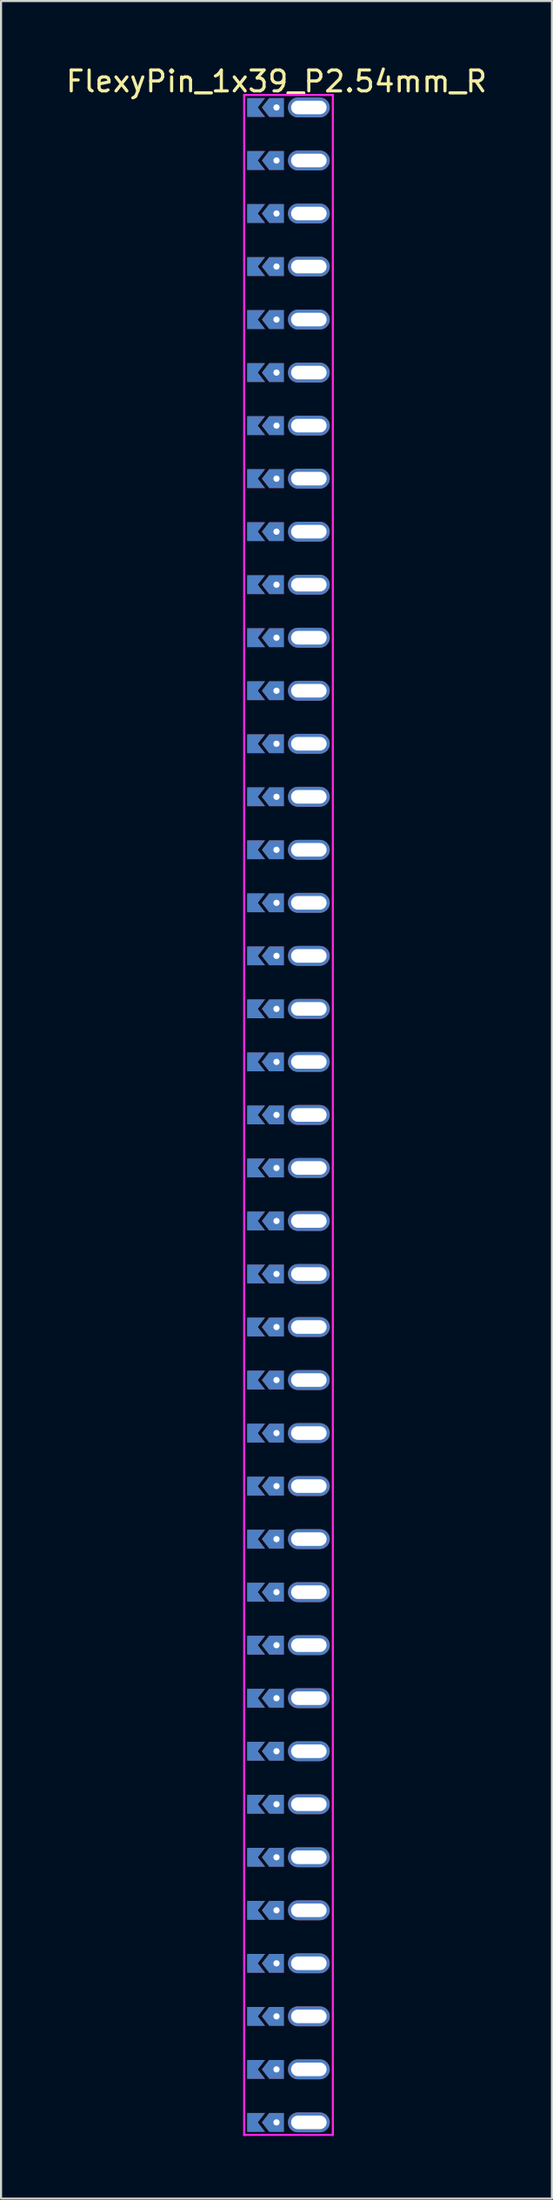
<source format=kicad_pcb>
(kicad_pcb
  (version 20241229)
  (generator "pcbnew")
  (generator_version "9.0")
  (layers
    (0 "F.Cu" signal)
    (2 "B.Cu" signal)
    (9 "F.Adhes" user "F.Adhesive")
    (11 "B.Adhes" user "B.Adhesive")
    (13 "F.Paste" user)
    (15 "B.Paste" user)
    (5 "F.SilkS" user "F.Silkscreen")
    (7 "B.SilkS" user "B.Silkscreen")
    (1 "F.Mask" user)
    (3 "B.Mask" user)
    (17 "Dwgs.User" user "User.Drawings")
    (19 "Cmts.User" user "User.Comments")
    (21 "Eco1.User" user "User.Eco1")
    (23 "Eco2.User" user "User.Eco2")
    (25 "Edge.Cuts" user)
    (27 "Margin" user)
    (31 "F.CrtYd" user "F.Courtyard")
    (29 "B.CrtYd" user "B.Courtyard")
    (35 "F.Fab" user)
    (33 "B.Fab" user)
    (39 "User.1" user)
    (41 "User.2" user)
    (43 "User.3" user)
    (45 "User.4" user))
  (footprint "FlexyPin_1x39_P2.54mm_R"
    (layer "F.Cu")
    (at 10.196 2.098)
    (property "Reference" "FlexyPin_1x39_P2.54mm_R" (at 0 -1.25 0) (layer "F.SilkS") (effects (font (size 1 1) (thickness 0.15))))
    (attr through_hole)
    (fp_line (start -1.55 -0.6) (end 2.7 -0.6) (stroke (width 0.1) (type solid)) (layer "F.CrtYd"))
    (fp_line (start -1.55 97.12) (end -1.55 -0.6) (stroke (width 0.1) (type solid)) (layer "F.CrtYd"))
    (fp_line (start 2.7 -0.6) (end 2.7 97.12) (stroke (width 0.1) (type solid)) (layer "F.CrtYd"))
    (fp_line (start 2.7 97.12) (end -1.55 97.12) (stroke (width 0.1) (type solid)) (layer "F.CrtYd"))
    (pad "" thru_hole custom (at 0 0) (size 0.3 0.3) (drill 0.6) (layers "*.Cu" "*.Mask") (options (anchor rect)) (primitives (gr_poly (pts (xy 0.35 0.45) (xy 0.35 -0.45) (xy -0.35 -0.45) (xy -0.7 0) (xy -0.35 0.45)) (width 0) (fill yes))))
    (pad "" thru_hole custom (at 0 2.54) (size 0.3 0.3) (drill 0.6) (layers "*.Cu" "*.Mask") (options (anchor rect)) (primitives (gr_poly (pts (xy 0.35 0.45) (xy 0.35 -0.45) (xy -0.35 -0.45) (xy -0.7 0) (xy -0.35 0.45)) (width 0) (fill yes))))
    (pad "" thru_hole custom (at 0 5.08) (size 0.3 0.3) (drill 0.6) (layers "*.Cu" "*.Mask") (options (anchor rect)) (primitives (gr_poly (pts (xy 0.35 0.45) (xy 0.35 -0.45) (xy -0.35 -0.45) (xy -0.7 0) (xy -0.35 0.45)) (width 0) (fill yes))))
    (pad "" thru_hole custom (at 0 7.62) (size 0.3 0.3) (drill 0.6) (layers "*.Cu" "*.Mask") (options (anchor rect)) (primitives (gr_poly (pts (xy 0.35 0.45) (xy 0.35 -0.45) (xy -0.35 -0.45) (xy -0.7 0) (xy -0.35 0.45)) (width 0) (fill yes))))
    (pad "" thru_hole custom (at 0 10.16) (size 0.3 0.3) (drill 0.6) (layers "*.Cu" "*.Mask") (options (anchor rect)) (primitives (gr_poly (pts (xy 0.35 0.45) (xy 0.35 -0.45) (xy -0.35 -0.45) (xy -0.7 0) (xy -0.35 0.45)) (width 0) (fill yes))))
    (pad "" thru_hole custom (at 0 12.7) (size 0.3 0.3) (drill 0.6) (layers "*.Cu" "*.Mask") (options (anchor rect)) (primitives (gr_poly (pts (xy 0.35 0.45) (xy 0.35 -0.45) (xy -0.35 -0.45) (xy -0.7 0) (xy -0.35 0.45)) (width 0) (fill yes))))
    (pad "" thru_hole custom (at 0 15.24) (size 0.3 0.3) (drill 0.6) (layers "*.Cu" "*.Mask") (options (anchor rect)) (primitives (gr_poly (pts (xy 0.35 0.45) (xy 0.35 -0.45) (xy -0.35 -0.45) (xy -0.7 0) (xy -0.35 0.45)) (width 0) (fill yes))))
    (pad "" thru_hole custom (at 0 17.78) (size 0.3 0.3) (drill 0.6) (layers "*.Cu" "*.Mask") (options (anchor rect)) (primitives (gr_poly (pts (xy 0.35 0.45) (xy 0.35 -0.45) (xy -0.35 -0.45) (xy -0.7 0) (xy -0.35 0.45)) (width 0) (fill yes))))
    (pad "" thru_hole custom (at 0 20.32) (size 0.3 0.3) (drill 0.6) (layers "*.Cu" "*.Mask") (options (anchor rect)) (primitives (gr_poly (pts (xy 0.35 0.45) (xy 0.35 -0.45) (xy -0.35 -0.45) (xy -0.7 0) (xy -0.35 0.45)) (width 0) (fill yes))))
    (pad "" thru_hole custom (at 0 22.86) (size 0.3 0.3) (drill 0.6) (layers "*.Cu" "*.Mask") (options (anchor rect)) (primitives (gr_poly (pts (xy 0.35 0.45) (xy 0.35 -0.45) (xy -0.35 -0.45) (xy -0.7 0) (xy -0.35 0.45)) (width 0) (fill yes))))
    (pad "" thru_hole custom (at 0 25.4) (size 0.3 0.3) (drill 0.6) (layers "*.Cu" "*.Mask") (options (anchor rect)) (primitives (gr_poly (pts (xy 0.35 0.45) (xy 0.35 -0.45) (xy -0.35 -0.45) (xy -0.7 0) (xy -0.35 0.45)) (width 0) (fill yes))))
    (pad "" thru_hole custom (at 0 27.94) (size 0.3 0.3) (drill 0.6) (layers "*.Cu" "*.Mask") (options (anchor rect)) (primitives (gr_poly (pts (xy 0.35 0.45) (xy 0.35 -0.45) (xy -0.35 -0.45) (xy -0.7 0) (xy -0.35 0.45)) (width 0) (fill yes))))
    (pad "" thru_hole custom (at 0 30.48) (size 0.3 0.3) (drill 0.6) (layers "*.Cu" "*.Mask") (options (anchor rect)) (primitives (gr_poly (pts (xy 0.35 0.45) (xy 0.35 -0.45) (xy -0.35 -0.45) (xy -0.7 0) (xy -0.35 0.45)) (width 0) (fill yes))))
    (pad "" thru_hole custom (at 0 33.02) (size 0.3 0.3) (drill 0.6) (layers "*.Cu" "*.Mask") (options (anchor rect)) (primitives (gr_poly (pts (xy 0.35 0.45) (xy 0.35 -0.45) (xy -0.35 -0.45) (xy -0.7 0) (xy -0.35 0.45)) (width 0) (fill yes))))
    (pad "" thru_hole custom (at 0 35.56) (size 0.3 0.3) (drill 0.6) (layers "*.Cu" "*.Mask") (options (anchor rect)) (primitives (gr_poly (pts (xy 0.35 0.45) (xy 0.35 -0.45) (xy -0.35 -0.45) (xy -0.7 0) (xy -0.35 0.45)) (width 0) (fill yes))))
    (pad "" thru_hole custom (at 0 38.1) (size 0.3 0.3) (drill 0.6) (layers "*.Cu" "*.Mask") (options (anchor rect)) (primitives (gr_poly (pts (xy 0.35 0.45) (xy 0.35 -0.45) (xy -0.35 -0.45) (xy -0.7 0) (xy -0.35 0.45)) (width 0) (fill yes))))
    (pad "" thru_hole custom (at 0 40.64) (size 0.3 0.3) (drill 0.6) (layers "*.Cu" "*.Mask") (options (anchor rect)) (primitives (gr_poly (pts (xy 0.35 0.45) (xy 0.35 -0.45) (xy -0.35 -0.45) (xy -0.7 0) (xy -0.35 0.45)) (width 0) (fill yes))))
    (pad "" thru_hole custom (at 0 43.18) (size 0.3 0.3) (drill 0.6) (layers "*.Cu" "*.Mask") (options (anchor rect)) (primitives (gr_poly (pts (xy 0.35 0.45) (xy 0.35 -0.45) (xy -0.35 -0.45) (xy -0.7 0) (xy -0.35 0.45)) (width 0) (fill yes))))
    (pad "" thru_hole custom (at 0 45.72) (size 0.3 0.3) (drill 0.6) (layers "*.Cu" "*.Mask") (options (anchor rect)) (primitives (gr_poly (pts (xy 0.35 0.45) (xy 0.35 -0.45) (xy -0.35 -0.45) (xy -0.7 0) (xy -0.35 0.45)) (width 0) (fill yes))))
    (pad "" thru_hole custom (at 0 48.26) (size 0.3 0.3) (drill 0.6) (layers "*.Cu" "*.Mask") (options (anchor rect)) (primitives (gr_poly (pts (xy 0.35 0.45) (xy 0.35 -0.45) (xy -0.35 -0.45) (xy -0.7 0) (xy -0.35 0.45)) (width 0) (fill yes))))
    (pad "" thru_hole custom (at 0 50.8) (size 0.3 0.3) (drill 0.6) (layers "*.Cu" "*.Mask") (options (anchor rect)) (primitives (gr_poly (pts (xy 0.35 0.45) (xy 0.35 -0.45) (xy -0.35 -0.45) (xy -0.7 0) (xy -0.35 0.45)) (width 0) (fill yes))))
    (pad "" thru_hole custom (at 0 53.34) (size 0.3 0.3) (drill 0.6) (layers "*.Cu" "*.Mask") (options (anchor rect)) (primitives (gr_poly (pts (xy 0.35 0.45) (xy 0.35 -0.45) (xy -0.35 -0.45) (xy -0.7 0) (xy -0.35 0.45)) (width 0) (fill yes))))
    (pad "" thru_hole custom (at 0 55.88) (size 0.3 0.3) (drill 0.6) (layers "*.Cu" "*.Mask") (options (anchor rect)) (primitives (gr_poly (pts (xy 0.35 0.45) (xy 0.35 -0.45) (xy -0.35 -0.45) (xy -0.7 0) (xy -0.35 0.45)) (width 0) (fill yes))))
    (pad "" thru_hole custom (at 0 58.42) (size 0.3 0.3) (drill 0.6) (layers "*.Cu" "*.Mask") (options (anchor rect)) (primitives (gr_poly (pts (xy 0.35 0.45) (xy 0.35 -0.45) (xy -0.35 -0.45) (xy -0.7 0) (xy -0.35 0.45)) (width 0) (fill yes))))
    (pad "" thru_hole custom (at 0 60.96) (size 0.3 0.3) (drill 0.6) (layers "*.Cu" "*.Mask") (options (anchor rect)) (primitives (gr_poly (pts (xy 0.35 0.45) (xy 0.35 -0.45) (xy -0.35 -0.45) (xy -0.7 0) (xy -0.35 0.45)) (width 0) (fill yes))))
    (pad "" thru_hole custom (at 0 63.5) (size 0.3 0.3) (drill 0.6) (layers "*.Cu" "*.Mask") (options (anchor rect)) (primitives (gr_poly (pts (xy 0.35 0.45) (xy 0.35 -0.45) (xy -0.35 -0.45) (xy -0.7 0) (xy -0.35 0.45)) (width 0) (fill yes))))
    (pad "" thru_hole custom (at 0 66.04) (size 0.3 0.3) (drill 0.6) (layers "*.Cu" "*.Mask") (options (anchor rect)) (primitives (gr_poly (pts (xy 0.35 0.45) (xy 0.35 -0.45) (xy -0.35 -0.45) (xy -0.7 0) (xy -0.35 0.45)) (width 0) (fill yes))))
    (pad "" thru_hole custom (at 0 68.58) (size 0.3 0.3) (drill 0.6) (layers "*.Cu" "*.Mask") (options (anchor rect)) (primitives (gr_poly (pts (xy 0.35 0.45) (xy 0.35 -0.45) (xy -0.35 -0.45) (xy -0.7 0) (xy -0.35 0.45)) (width 0) (fill yes))))
    (pad "" thru_hole custom (at 0 71.12) (size 0.3 0.3) (drill 0.6) (layers "*.Cu" "*.Mask") (options (anchor rect)) (primitives (gr_poly (pts (xy 0.35 0.45) (xy 0.35 -0.45) (xy -0.35 -0.45) (xy -0.7 0) (xy -0.35 0.45)) (width 0) (fill yes))))
    (pad "" thru_hole custom (at 0 73.66) (size 0.3 0.3) (drill 0.6) (layers "*.Cu" "*.Mask") (options (anchor rect)) (primitives (gr_poly (pts (xy 0.35 0.45) (xy 0.35 -0.45) (xy -0.35 -0.45) (xy -0.7 0) (xy -0.35 0.45)) (width 0) (fill yes))))
    (pad "" thru_hole custom (at 0 76.2) (size 0.3 0.3) (drill 0.6) (layers "*.Cu" "*.Mask") (options (anchor rect)) (primitives (gr_poly (pts (xy 0.35 0.45) (xy 0.35 -0.45) (xy -0.35 -0.45) (xy -0.7 0) (xy -0.35 0.45)) (width 0) (fill yes))))
    (pad "" thru_hole custom (at 0 78.74) (size 0.3 0.3) (drill 0.6) (layers "*.Cu" "*.Mask") (options (anchor rect)) (primitives (gr_poly (pts (xy 0.35 0.45) (xy 0.35 -0.45) (xy -0.35 -0.45) (xy -0.7 0) (xy -0.35 0.45)) (width 0) (fill yes))))
    (pad "" thru_hole custom (at 0 81.28) (size 0.3 0.3) (drill 0.6) (layers "*.Cu" "*.Mask") (options (anchor rect)) (primitives (gr_poly (pts (xy 0.35 0.45) (xy 0.35 -0.45) (xy -0.35 -0.45) (xy -0.7 0) (xy -0.35 0.45)) (width 0) (fill yes))))
    (pad "" thru_hole custom (at 0 83.82) (size 0.3 0.3) (drill 0.6) (layers "*.Cu" "*.Mask") (options (anchor rect)) (primitives (gr_poly (pts (xy 0.35 0.45) (xy 0.35 -0.45) (xy -0.35 -0.45) (xy -0.7 0) (xy -0.35 0.45)) (width 0) (fill yes))))
    (pad "" thru_hole custom (at 0 86.36) (size 0.3 0.3) (drill 0.6) (layers "*.Cu" "*.Mask") (options (anchor rect)) (primitives (gr_poly (pts (xy 0.35 0.45) (xy 0.35 -0.45) (xy -0.35 -0.45) (xy -0.7 0) (xy -0.35 0.45)) (width 0) (fill yes))))
    (pad "" thru_hole custom (at 0 88.9) (size 0.3 0.3) (drill 0.6) (layers "*.Cu" "*.Mask") (options (anchor rect)) (primitives (gr_poly (pts (xy 0.35 0.45) (xy 0.35 -0.45) (xy -0.35 -0.45) (xy -0.7 0) (xy -0.35 0.45)) (width 0) (fill yes))))
    (pad "" thru_hole custom (at 0 91.44) (size 0.3 0.3) (drill 0.6) (layers "*.Cu" "*.Mask") (options (anchor rect)) (primitives (gr_poly (pts (xy 0.35 0.45) (xy 0.35 -0.45) (xy -0.35 -0.45) (xy -0.7 0) (xy -0.35 0.45)) (width 0) (fill yes))))
    (pad "" thru_hole custom (at 0 93.98) (size 0.3 0.3) (drill 0.6) (layers "*.Cu" "*.Mask") (options (anchor rect)) (primitives (gr_poly (pts (xy 0.35 0.45) (xy 0.35 -0.45) (xy -0.35 -0.45) (xy -0.7 0) (xy -0.35 0.45)) (width 0) (fill yes))))
    (pad "" thru_hole custom (at 0 96.52) (size 0.3 0.3) (drill 0.6) (layers "*.Cu" "*.Mask") (options (anchor rect)) (primitives (gr_poly (pts (xy 0.35 0.45) (xy 0.35 -0.45) (xy -0.35 -0.45) (xy -0.7 0) (xy -0.35 0.45)) (width 0) (fill yes))))
    (pad "" thru_hole oval (at 1.55 0) (size 2 0.95) (drill oval 1.7 0.65) (layers "*.Cu" "*.Mask"))
    (pad "" thru_hole oval (at 1.55 2.54) (size 2 0.95) (drill oval 1.7 0.65) (layers "*.Cu" "*.Mask"))
    (pad "" thru_hole oval (at 1.55 5.08) (size 2 0.95) (drill oval 1.7 0.65) (layers "*.Cu" "*.Mask"))
    (pad "" thru_hole oval (at 1.55 7.62) (size 2 0.95) (drill oval 1.7 0.65) (layers "*.Cu" "*.Mask"))
    (pad "" thru_hole oval (at 1.55 10.16) (size 2 0.95) (drill oval 1.7 0.65) (layers "*.Cu" "*.Mask"))
    (pad "" thru_hole oval (at 1.55 12.7) (size 2 0.95) (drill oval 1.7 0.65) (layers "*.Cu" "*.Mask"))
    (pad "" thru_hole oval (at 1.55 15.24) (size 2 0.95) (drill oval 1.7 0.65) (layers "*.Cu" "*.Mask"))
    (pad "" thru_hole oval (at 1.55 17.78) (size 2 0.95) (drill oval 1.7 0.65) (layers "*.Cu" "*.Mask"))
    (pad "" thru_hole oval (at 1.55 20.32) (size 2 0.95) (drill oval 1.7 0.65) (layers "*.Cu" "*.Mask"))
    (pad "" thru_hole oval (at 1.55 22.86) (size 2 0.95) (drill oval 1.7 0.65) (layers "*.Cu" "*.Mask"))
    (pad "" thru_hole oval (at 1.55 25.4) (size 2 0.95) (drill oval 1.7 0.65) (layers "*.Cu" "*.Mask"))
    (pad "" thru_hole oval (at 1.55 27.94) (size 2 0.95) (drill oval 1.7 0.65) (layers "*.Cu" "*.Mask"))
    (pad "" thru_hole oval (at 1.55 30.48) (size 2 0.95) (drill oval 1.7 0.65) (layers "*.Cu" "*.Mask"))
    (pad "" thru_hole oval (at 1.55 33.02) (size 2 0.95) (drill oval 1.7 0.65) (layers "*.Cu" "*.Mask"))
    (pad "" thru_hole oval (at 1.55 35.56) (size 2 0.95) (drill oval 1.7 0.65) (layers "*.Cu" "*.Mask"))
    (pad "" thru_hole oval (at 1.55 38.1) (size 2 0.95) (drill oval 1.7 0.65) (layers "*.Cu" "*.Mask"))
    (pad "" thru_hole oval (at 1.55 40.64) (size 2 0.95) (drill oval 1.7 0.65) (layers "*.Cu" "*.Mask"))
    (pad "" thru_hole oval (at 1.55 43.18) (size 2 0.95) (drill oval 1.7 0.65) (layers "*.Cu" "*.Mask"))
    (pad "" thru_hole oval (at 1.55 45.72) (size 2 0.95) (drill oval 1.7 0.65) (layers "*.Cu" "*.Mask"))
    (pad "" thru_hole oval (at 1.55 48.26) (size 2 0.95) (drill oval 1.7 0.65) (layers "*.Cu" "*.Mask"))
    (pad "" thru_hole oval (at 1.55 50.8) (size 2 0.95) (drill oval 1.7 0.65) (layers "*.Cu" "*.Mask"))
    (pad "" thru_hole oval (at 1.55 53.34) (size 2 0.95) (drill oval 1.7 0.65) (layers "*.Cu" "*.Mask"))
    (pad "" thru_hole oval (at 1.55 55.88) (size 2 0.95) (drill oval 1.7 0.65) (layers "*.Cu" "*.Mask"))
    (pad "" thru_hole oval (at 1.55 58.42) (size 2 0.95) (drill oval 1.7 0.65) (layers "*.Cu" "*.Mask"))
    (pad "" thru_hole oval (at 1.55 60.96) (size 2 0.95) (drill oval 1.7 0.65) (layers "*.Cu" "*.Mask"))
    (pad "" thru_hole oval (at 1.55 63.5) (size 2 0.95) (drill oval 1.7 0.65) (layers "*.Cu" "*.Mask"))
    (pad "" thru_hole oval (at 1.55 66.04) (size 2 0.95) (drill oval 1.7 0.65) (layers "*.Cu" "*.Mask"))
    (pad "" thru_hole oval (at 1.55 68.58) (size 2 0.95) (drill oval 1.7 0.65) (layers "*.Cu" "*.Mask"))
    (pad "" thru_hole oval (at 1.55 71.12) (size 2 0.95) (drill oval 1.7 0.65) (layers "*.Cu" "*.Mask"))
    (pad "" thru_hole oval (at 1.55 73.66) (size 2 0.95) (drill oval 1.7 0.65) (layers "*.Cu" "*.Mask"))
    (pad "" thru_hole oval (at 1.55 76.2) (size 2 0.95) (drill oval 1.7 0.65) (layers "*.Cu" "*.Mask"))
    (pad "" thru_hole oval (at 1.55 78.74) (size 2 0.95) (drill oval 1.7 0.65) (layers "*.Cu" "*.Mask"))
    (pad "" thru_hole oval (at 1.55 81.28) (size 2 0.95) (drill oval 1.7 0.65) (layers "*.Cu" "*.Mask"))
    (pad "" thru_hole oval (at 1.55 83.82) (size 2 0.95) (drill oval 1.7 0.65) (layers "*.Cu" "*.Mask"))
    (pad "" thru_hole oval (at 1.55 86.36) (size 2 0.95) (drill oval 1.7 0.65) (layers "*.Cu" "*.Mask"))
    (pad "" thru_hole oval (at 1.55 88.9) (size 2 0.95) (drill oval 1.7 0.65) (layers "*.Cu" "*.Mask"))
    (pad "" thru_hole oval (at 1.55 91.44) (size 2 0.95) (drill oval 1.7 0.65) (layers "*.Cu" "*.Mask"))
    (pad "" thru_hole oval (at 1.55 93.98) (size 2 0.95) (drill oval 1.7 0.65) (layers "*.Cu" "*.Mask"))
    (pad "" thru_hole oval (at 1.55 96.52) (size 2 0.95) (drill oval 1.7 0.65) (layers "*.Cu" "*.Mask"))
    (pad "1" smd custom (at -0.9 0) (size 0.01 0.01) (layers "F.Cu" "F.Mask") (options (anchor rect)) (primitives (gr_poly (pts (xy 0 0) (xy 0.35 0.45) (xy -0.5 0.45) (xy -0.5 -0.45) (xy 0.35 -0.45)) (width 0) (fill yes))))
    (pad "1" smd custom (at -0.9 2.54) (size 0.01 0.01) (layers "F.Cu" "F.Mask") (options (anchor rect)) (primitives (gr_poly (pts (xy 0 0) (xy 0.35 0.45) (xy -0.5 0.45) (xy -0.5 -0.45) (xy 0.35 -0.45)) (width 0) (fill yes))))
    (pad "1" smd custom (at -0.9 5.08) (size 0.01 0.01) (layers "F.Cu" "F.Mask") (options (anchor rect)) (primitives (gr_poly (pts (xy 0 0) (xy 0.35 0.45) (xy -0.5 0.45) (xy -0.5 -0.45) (xy 0.35 -0.45)) (width 0) (fill yes))))
    (pad "1" smd custom (at -0.9 7.62) (size 0.01 0.01) (layers "F.Cu" "F.Mask") (options (anchor rect)) (primitives (gr_poly (pts (xy 0 0) (xy 0.35 0.45) (xy -0.5 0.45) (xy -0.5 -0.45) (xy 0.35 -0.45)) (width 0) (fill yes))))
    (pad "1" smd custom (at -0.9 10.16) (size 0.01 0.01) (layers "F.Cu" "F.Mask") (options (anchor rect)) (primitives (gr_poly (pts (xy 0 0) (xy 0.35 0.45) (xy -0.5 0.45) (xy -0.5 -0.45) (xy 0.35 -0.45)) (width 0) (fill yes))))
    (pad "1" smd custom (at -0.9 12.7) (size 0.01 0.01) (layers "F.Cu" "F.Mask") (options (anchor rect)) (primitives (gr_poly (pts (xy 0 0) (xy 0.35 0.45) (xy -0.5 0.45) (xy -0.5 -0.45) (xy 0.35 -0.45)) (width 0) (fill yes))))
    (pad "1" smd custom (at -0.9 15.24) (size 0.01 0.01) (layers "F.Cu" "F.Mask") (options (anchor rect)) (primitives (gr_poly (pts (xy 0 0) (xy 0.35 0.45) (xy -0.5 0.45) (xy -0.5 -0.45) (xy 0.35 -0.45)) (width 0) (fill yes))))
    (pad "1" smd custom (at -0.9 17.78) (size 0.01 0.01) (layers "F.Cu" "F.Mask") (options (anchor rect)) (primitives (gr_poly (pts (xy 0 0) (xy 0.35 0.45) (xy -0.5 0.45) (xy -0.5 -0.45) (xy 0.35 -0.45)) (width 0) (fill yes))))
    (pad "1" smd custom (at -0.9 20.32) (size 0.01 0.01) (layers "F.Cu" "F.Mask") (options (anchor rect)) (primitives (gr_poly (pts (xy 0 0) (xy 0.35 0.45) (xy -0.5 0.45) (xy -0.5 -0.45) (xy 0.35 -0.45)) (width 0) (fill yes))))
    (pad "1" smd custom (at -0.9 22.86) (size 0.01 0.01) (layers "F.Cu" "F.Mask") (options (anchor rect)) (primitives (gr_poly (pts (xy 0 0) (xy 0.35 0.45) (xy -0.5 0.45) (xy -0.5 -0.45) (xy 0.35 -0.45)) (width 0) (fill yes))))
    (pad "1" smd custom (at -0.9 25.4) (size 0.01 0.01) (layers "F.Cu" "F.Mask") (options (anchor rect)) (primitives (gr_poly (pts (xy 0 0) (xy 0.35 0.45) (xy -0.5 0.45) (xy -0.5 -0.45) (xy 0.35 -0.45)) (width 0) (fill yes))))
    (pad "1" smd custom (at -0.9 27.94) (size 0.01 0.01) (layers "F.Cu" "F.Mask") (options (anchor rect)) (primitives (gr_poly (pts (xy 0 0) (xy 0.35 0.45) (xy -0.5 0.45) (xy -0.5 -0.45) (xy 0.35 -0.45)) (width 0) (fill yes))))
    (pad "1" smd custom (at -0.9 30.48) (size 0.01 0.01) (layers "F.Cu" "F.Mask") (options (anchor rect)) (primitives (gr_poly (pts (xy 0 0) (xy 0.35 0.45) (xy -0.5 0.45) (xy -0.5 -0.45) (xy 0.35 -0.45)) (width 0) (fill yes))))
    (pad "1" smd custom (at -0.9 33.02) (size 0.01 0.01) (layers "F.Cu" "F.Mask") (options (anchor rect)) (primitives (gr_poly (pts (xy 0 0) (xy 0.35 0.45) (xy -0.5 0.45) (xy -0.5 -0.45) (xy 0.35 -0.45)) (width 0) (fill yes))))
    (pad "1" smd custom (at -0.9 35.56) (size 0.01 0.01) (layers "F.Cu" "F.Mask") (options (anchor rect)) (primitives (gr_poly (pts (xy 0 0) (xy 0.35 0.45) (xy -0.5 0.45) (xy -0.5 -0.45) (xy 0.35 -0.45)) (width 0) (fill yes))))
    (pad "1" smd custom (at -0.9 38.1) (size 0.01 0.01) (layers "F.Cu" "F.Mask") (options (anchor rect)) (primitives (gr_poly (pts (xy 0 0) (xy 0.35 0.45) (xy -0.5 0.45) (xy -0.5 -0.45) (xy 0.35 -0.45)) (width 0) (fill yes))))
    (pad "1" smd custom (at -0.9 40.64) (size 0.01 0.01) (layers "F.Cu" "F.Mask") (options (anchor rect)) (primitives (gr_poly (pts (xy 0 0) (xy 0.35 0.45) (xy -0.5 0.45) (xy -0.5 -0.45) (xy 0.35 -0.45)) (width 0) (fill yes))))
    (pad "1" smd custom (at -0.9 43.18) (size 0.01 0.01) (layers "F.Cu" "F.Mask") (options (anchor rect)) (primitives (gr_poly (pts (xy 0 0) (xy 0.35 0.45) (xy -0.5 0.45) (xy -0.5 -0.45) (xy 0.35 -0.45)) (width 0) (fill yes))))
    (pad "1" smd custom (at -0.9 45.72) (size 0.01 0.01) (layers "F.Cu" "F.Mask") (options (anchor rect)) (primitives (gr_poly (pts (xy 0 0) (xy 0.35 0.45) (xy -0.5 0.45) (xy -0.5 -0.45) (xy 0.35 -0.45)) (width 0) (fill yes))))
    (pad "1" smd custom (at -0.9 48.26) (size 0.01 0.01) (layers "F.Cu" "F.Mask") (options (anchor rect)) (primitives (gr_poly (pts (xy 0 0) (xy 0.35 0.45) (xy -0.5 0.45) (xy -0.5 -0.45) (xy 0.35 -0.45)) (width 0) (fill yes))))
    (pad "1" smd custom (at -0.9 50.8) (size 0.01 0.01) (layers "F.Cu" "F.Mask") (options (anchor rect)) (primitives (gr_poly (pts (xy 0 0) (xy 0.35 0.45) (xy -0.5 0.45) (xy -0.5 -0.45) (xy 0.35 -0.45)) (width 0) (fill yes))))
    (pad "1" smd custom (at -0.9 53.34) (size 0.01 0.01) (layers "F.Cu" "F.Mask") (options (anchor rect)) (primitives (gr_poly (pts (xy 0 0) (xy 0.35 0.45) (xy -0.5 0.45) (xy -0.5 -0.45) (xy 0.35 -0.45)) (width 0) (fill yes))))
    (pad "1" smd custom (at -0.9 55.88) (size 0.01 0.01) (layers "F.Cu" "F.Mask") (options (anchor rect)) (primitives (gr_poly (pts (xy 0 0) (xy 0.35 0.45) (xy -0.5 0.45) (xy -0.5 -0.45) (xy 0.35 -0.45)) (width 0) (fill yes))))
    (pad "1" smd custom (at -0.9 58.42) (size 0.01 0.01) (layers "F.Cu" "F.Mask") (options (anchor rect)) (primitives (gr_poly (pts (xy 0 0) (xy 0.35 0.45) (xy -0.5 0.45) (xy -0.5 -0.45) (xy 0.35 -0.45)) (width 0) (fill yes))))
    (pad "1" smd custom (at -0.9 60.96) (size 0.01 0.01) (layers "F.Cu" "F.Mask") (options (anchor rect)) (primitives (gr_poly (pts (xy 0 0) (xy 0.35 0.45) (xy -0.5 0.45) (xy -0.5 -0.45) (xy 0.35 -0.45)) (width 0) (fill yes))))
    (pad "1" smd custom (at -0.9 63.5) (size 0.01 0.01) (layers "F.Cu" "F.Mask") (options (anchor rect)) (primitives (gr_poly (pts (xy 0 0) (xy 0.35 0.45) (xy -0.5 0.45) (xy -0.5 -0.45) (xy 0.35 -0.45)) (width 0) (fill yes))))
    (pad "1" smd custom (at -0.9 66.04) (size 0.01 0.01) (layers "F.Cu" "F.Mask") (options (anchor rect)) (primitives (gr_poly (pts (xy 0 0) (xy 0.35 0.45) (xy -0.5 0.45) (xy -0.5 -0.45) (xy 0.35 -0.45)) (width 0) (fill yes))))
    (pad "1" smd custom (at -0.9 68.58) (size 0.01 0.01) (layers "F.Cu" "F.Mask") (options (anchor rect)) (primitives (gr_poly (pts (xy 0 0) (xy 0.35 0.45) (xy -0.5 0.45) (xy -0.5 -0.45) (xy 0.35 -0.45)) (width 0) (fill yes))))
    (pad "1" smd custom (at -0.9 71.12) (size 0.01 0.01) (layers "F.Cu" "F.Mask") (options (anchor rect)) (primitives (gr_poly (pts (xy 0 0) (xy 0.35 0.45) (xy -0.5 0.45) (xy -0.5 -0.45) (xy 0.35 -0.45)) (width 0) (fill yes))))
    (pad "1" smd custom (at -0.9 73.66) (size 0.01 0.01) (layers "F.Cu" "F.Mask") (options (anchor rect)) (primitives (gr_poly (pts (xy 0 0) (xy 0.35 0.45) (xy -0.5 0.45) (xy -0.5 -0.45) (xy 0.35 -0.45)) (width 0) (fill yes))))
    (pad "1" smd custom (at -0.9 76.2) (size 0.01 0.01) (layers "F.Cu" "F.Mask") (options (anchor rect)) (primitives (gr_poly (pts (xy 0 0) (xy 0.35 0.45) (xy -0.5 0.45) (xy -0.5 -0.45) (xy 0.35 -0.45)) (width 0) (fill yes))))
    (pad "1" smd custom (at -0.9 78.74) (size 0.01 0.01) (layers "F.Cu" "F.Mask") (options (anchor rect)) (primitives (gr_poly (pts (xy 0 0) (xy 0.35 0.45) (xy -0.5 0.45) (xy -0.5 -0.45) (xy 0.35 -0.45)) (width 0) (fill yes))))
    (pad "1" smd custom (at -0.9 81.28) (size 0.01 0.01) (layers "F.Cu" "F.Mask") (options (anchor rect)) (primitives (gr_poly (pts (xy 0 0) (xy 0.35 0.45) (xy -0.5 0.45) (xy -0.5 -0.45) (xy 0.35 -0.45)) (width 0) (fill yes))))
    (pad "1" smd custom (at -0.9 83.82) (size 0.01 0.01) (layers "F.Cu" "F.Mask") (options (anchor rect)) (primitives (gr_poly (pts (xy 0 0) (xy 0.35 0.45) (xy -0.5 0.45) (xy -0.5 -0.45) (xy 0.35 -0.45)) (width 0) (fill yes))))
    (pad "1" smd custom (at -0.9 86.36) (size 0.01 0.01) (layers "F.Cu" "F.Mask") (options (anchor rect)) (primitives (gr_poly (pts (xy 0 0) (xy 0.35 0.45) (xy -0.5 0.45) (xy -0.5 -0.45) (xy 0.35 -0.45)) (width 0) (fill yes))))
    (pad "1" smd custom (at -0.9 88.9) (size 0.01 0.01) (layers "F.Cu" "F.Mask") (options (anchor rect)) (primitives (gr_poly (pts (xy 0 0) (xy 0.35 0.45) (xy -0.5 0.45) (xy -0.5 -0.45) (xy 0.35 -0.45)) (width 0) (fill yes))))
    (pad "1" smd custom (at -0.9 91.44) (size 0.01 0.01) (layers "F.Cu" "F.Mask") (options (anchor rect)) (primitives (gr_poly (pts (xy 0 0) (xy 0.35 0.45) (xy -0.5 0.45) (xy -0.5 -0.45) (xy 0.35 -0.45)) (width 0) (fill yes))))
    (pad "1" smd custom (at -0.9 93.98) (size 0.01 0.01) (layers "F.Cu" "F.Mask") (options (anchor rect)) (primitives (gr_poly (pts (xy 0 0) (xy 0.35 0.45) (xy -0.5 0.45) (xy -0.5 -0.45) (xy 0.35 -0.45)) (width 0) (fill yes))))
    (pad "1" smd custom (at -0.9 96.52) (size 0.01 0.01) (layers "F.Cu" "F.Mask") (options (anchor rect)) (primitives (gr_poly (pts (xy 0 0) (xy 0.35 0.45) (xy -0.5 0.45) (xy -0.5 -0.45) (xy 0.35 -0.45)) (width 0) (fill yes))))
    (pad "2" smd custom (at -0.9 0) (size 0.01 0.01) (layers "B.Cu" "B.Mask") (options (anchor rect)) (primitives (gr_poly (pts (xy 0 0) (xy 0.35 0.45) (xy -0.5 0.45) (xy -0.5 -0.45) (xy 0.35 -0.45)) (width 0) (fill yes))))
    (pad "2" smd custom (at -0.9 2.54) (size 0.01 0.01) (layers "B.Cu" "B.Mask") (options (anchor rect)) (primitives (gr_poly (pts (xy 0 0) (xy 0.35 0.45) (xy -0.5 0.45) (xy -0.5 -0.45) (xy 0.35 -0.45)) (width 0) (fill yes))))
    (pad "2" smd custom (at -0.9 5.08) (size 0.01 0.01) (layers "B.Cu" "B.Mask") (options (anchor rect)) (primitives (gr_poly (pts (xy 0 0) (xy 0.35 0.45) (xy -0.5 0.45) (xy -0.5 -0.45) (xy 0.35 -0.45)) (width 0) (fill yes))))
    (pad "2" smd custom (at -0.9 7.62) (size 0.01 0.01) (layers "B.Cu" "B.Mask") (options (anchor rect)) (primitives (gr_poly (pts (xy 0 0) (xy 0.35 0.45) (xy -0.5 0.45) (xy -0.5 -0.45) (xy 0.35 -0.45)) (width 0) (fill yes))))
    (pad "2" smd custom (at -0.9 10.16) (size 0.01 0.01) (layers "B.Cu" "B.Mask") (options (anchor rect)) (primitives (gr_poly (pts (xy 0 0) (xy 0.35 0.45) (xy -0.5 0.45) (xy -0.5 -0.45) (xy 0.35 -0.45)) (width 0) (fill yes))))
    (pad "2" smd custom (at -0.9 12.7) (size 0.01 0.01) (layers "B.Cu" "B.Mask") (options (anchor rect)) (primitives (gr_poly (pts (xy 0 0) (xy 0.35 0.45) (xy -0.5 0.45) (xy -0.5 -0.45) (xy 0.35 -0.45)) (width 0) (fill yes))))
    (pad "2" smd custom (at -0.9 15.24) (size 0.01 0.01) (layers "B.Cu" "B.Mask") (options (anchor rect)) (primitives (gr_poly (pts (xy 0 0) (xy 0.35 0.45) (xy -0.5 0.45) (xy -0.5 -0.45) (xy 0.35 -0.45)) (width 0) (fill yes))))
    (pad "2" smd custom (at -0.9 17.78) (size 0.01 0.01) (layers "B.Cu" "B.Mask") (options (anchor rect)) (primitives (gr_poly (pts (xy 0 0) (xy 0.35 0.45) (xy -0.5 0.45) (xy -0.5 -0.45) (xy 0.35 -0.45)) (width 0) (fill yes))))
    (pad "2" smd custom (at -0.9 20.32) (size 0.01 0.01) (layers "B.Cu" "B.Mask") (options (anchor rect)) (primitives (gr_poly (pts (xy 0 0) (xy 0.35 0.45) (xy -0.5 0.45) (xy -0.5 -0.45) (xy 0.35 -0.45)) (width 0) (fill yes))))
    (pad "2" smd custom (at -0.9 22.86) (size 0.01 0.01) (layers "B.Cu" "B.Mask") (options (anchor rect)) (primitives (gr_poly (pts (xy 0 0) (xy 0.35 0.45) (xy -0.5 0.45) (xy -0.5 -0.45) (xy 0.35 -0.45)) (width 0) (fill yes))))
    (pad "2" smd custom (at -0.9 25.4) (size 0.01 0.01) (layers "B.Cu" "B.Mask") (options (anchor rect)) (primitives (gr_poly (pts (xy 0 0) (xy 0.35 0.45) (xy -0.5 0.45) (xy -0.5 -0.45) (xy 0.35 -0.45)) (width 0) (fill yes))))
    (pad "2" smd custom (at -0.9 27.94) (size 0.01 0.01) (layers "B.Cu" "B.Mask") (options (anchor rect)) (primitives (gr_poly (pts (xy 0 0) (xy 0.35 0.45) (xy -0.5 0.45) (xy -0.5 -0.45) (xy 0.35 -0.45)) (width 0) (fill yes))))
    (pad "2" smd custom (at -0.9 30.48) (size 0.01 0.01) (layers "B.Cu" "B.Mask") (options (anchor rect)) (primitives (gr_poly (pts (xy 0 0) (xy 0.35 0.45) (xy -0.5 0.45) (xy -0.5 -0.45) (xy 0.35 -0.45)) (width 0) (fill yes))))
    (pad "2" smd custom (at -0.9 33.02) (size 0.01 0.01) (layers "B.Cu" "B.Mask") (options (anchor rect)) (primitives (gr_poly (pts (xy 0 0) (xy 0.35 0.45) (xy -0.5 0.45) (xy -0.5 -0.45) (xy 0.35 -0.45)) (width 0) (fill yes))))
    (pad "2" smd custom (at -0.9 35.56) (size 0.01 0.01) (layers "B.Cu" "B.Mask") (options (anchor rect)) (primitives (gr_poly (pts (xy 0 0) (xy 0.35 0.45) (xy -0.5 0.45) (xy -0.5 -0.45) (xy 0.35 -0.45)) (width 0) (fill yes))))
    (pad "2" smd custom (at -0.9 38.1) (size 0.01 0.01) (layers "B.Cu" "B.Mask") (options (anchor rect)) (primitives (gr_poly (pts (xy 0 0) (xy 0.35 0.45) (xy -0.5 0.45) (xy -0.5 -0.45) (xy 0.35 -0.45)) (width 0) (fill yes))))
    (pad "2" smd custom (at -0.9 40.64) (size 0.01 0.01) (layers "B.Cu" "B.Mask") (options (anchor rect)) (primitives (gr_poly (pts (xy 0 0) (xy 0.35 0.45) (xy -0.5 0.45) (xy -0.5 -0.45) (xy 0.35 -0.45)) (width 0) (fill yes))))
    (pad "2" smd custom (at -0.9 43.18) (size 0.01 0.01) (layers "B.Cu" "B.Mask") (options (anchor rect)) (primitives (gr_poly (pts (xy 0 0) (xy 0.35 0.45) (xy -0.5 0.45) (xy -0.5 -0.45) (xy 0.35 -0.45)) (width 0) (fill yes))))
    (pad "2" smd custom (at -0.9 45.72) (size 0.01 0.01) (layers "B.Cu" "B.Mask") (options (anchor rect)) (primitives (gr_poly (pts (xy 0 0) (xy 0.35 0.45) (xy -0.5 0.45) (xy -0.5 -0.45) (xy 0.35 -0.45)) (width 0) (fill yes))))
    (pad "2" smd custom (at -0.9 48.26) (size 0.01 0.01) (layers "B.Cu" "B.Mask") (options (anchor rect)) (primitives (gr_poly (pts (xy 0 0) (xy 0.35 0.45) (xy -0.5 0.45) (xy -0.5 -0.45) (xy 0.35 -0.45)) (width 0) (fill yes))))
    (pad "2" smd custom (at -0.9 50.8) (size 0.01 0.01) (layers "B.Cu" "B.Mask") (options (anchor rect)) (primitives (gr_poly (pts (xy 0 0) (xy 0.35 0.45) (xy -0.5 0.45) (xy -0.5 -0.45) (xy 0.35 -0.45)) (width 0) (fill yes))))
    (pad "2" smd custom (at -0.9 53.34) (size 0.01 0.01) (layers "B.Cu" "B.Mask") (options (anchor rect)) (primitives (gr_poly (pts (xy 0 0) (xy 0.35 0.45) (xy -0.5 0.45) (xy -0.5 -0.45) (xy 0.35 -0.45)) (width 0) (fill yes))))
    (pad "2" smd custom (at -0.9 55.88) (size 0.01 0.01) (layers "B.Cu" "B.Mask") (options (anchor rect)) (primitives (gr_poly (pts (xy 0 0) (xy 0.35 0.45) (xy -0.5 0.45) (xy -0.5 -0.45) (xy 0.35 -0.45)) (width 0) (fill yes))))
    (pad "2" smd custom (at -0.9 58.42) (size 0.01 0.01) (layers "B.Cu" "B.Mask") (options (anchor rect)) (primitives (gr_poly (pts (xy 0 0) (xy 0.35 0.45) (xy -0.5 0.45) (xy -0.5 -0.45) (xy 0.35 -0.45)) (width 0) (fill yes))))
    (pad "2" smd custom (at -0.9 60.96) (size 0.01 0.01) (layers "B.Cu" "B.Mask") (options (anchor rect)) (primitives (gr_poly (pts (xy 0 0) (xy 0.35 0.45) (xy -0.5 0.45) (xy -0.5 -0.45) (xy 0.35 -0.45)) (width 0) (fill yes))))
    (pad "2" smd custom (at -0.9 63.5) (size 0.01 0.01) (layers "B.Cu" "B.Mask") (options (anchor rect)) (primitives (gr_poly (pts (xy 0 0) (xy 0.35 0.45) (xy -0.5 0.45) (xy -0.5 -0.45) (xy 0.35 -0.45)) (width 0) (fill yes))))
    (pad "2" smd custom (at -0.9 66.04) (size 0.01 0.01) (layers "B.Cu" "B.Mask") (options (anchor rect)) (primitives (gr_poly (pts (xy 0 0) (xy 0.35 0.45) (xy -0.5 0.45) (xy -0.5 -0.45) (xy 0.35 -0.45)) (width 0) (fill yes))))
    (pad "2" smd custom (at -0.9 68.58) (size 0.01 0.01) (layers "B.Cu" "B.Mask") (options (anchor rect)) (primitives (gr_poly (pts (xy 0 0) (xy 0.35 0.45) (xy -0.5 0.45) (xy -0.5 -0.45) (xy 0.35 -0.45)) (width 0) (fill yes))))
    (pad "2" smd custom (at -0.9 71.12) (size 0.01 0.01) (layers "B.Cu" "B.Mask") (options (anchor rect)) (primitives (gr_poly (pts (xy 0 0) (xy 0.35 0.45) (xy -0.5 0.45) (xy -0.5 -0.45) (xy 0.35 -0.45)) (width 0) (fill yes))))
    (pad "2" smd custom (at -0.9 73.66) (size 0.01 0.01) (layers "B.Cu" "B.Mask") (options (anchor rect)) (primitives (gr_poly (pts (xy 0 0) (xy 0.35 0.45) (xy -0.5 0.45) (xy -0.5 -0.45) (xy 0.35 -0.45)) (width 0) (fill yes))))
    (pad "2" smd custom (at -0.9 76.2) (size 0.01 0.01) (layers "B.Cu" "B.Mask") (options (anchor rect)) (primitives (gr_poly (pts (xy 0 0) (xy 0.35 0.45) (xy -0.5 0.45) (xy -0.5 -0.45) (xy 0.35 -0.45)) (width 0) (fill yes))))
    (pad "2" smd custom (at -0.9 78.74) (size 0.01 0.01) (layers "B.Cu" "B.Mask") (options (anchor rect)) (primitives (gr_poly (pts (xy 0 0) (xy 0.35 0.45) (xy -0.5 0.45) (xy -0.5 -0.45) (xy 0.35 -0.45)) (width 0) (fill yes))))
    (pad "2" smd custom (at -0.9 81.28) (size 0.01 0.01) (layers "B.Cu" "B.Mask") (options (anchor rect)) (primitives (gr_poly (pts (xy 0 0) (xy 0.35 0.45) (xy -0.5 0.45) (xy -0.5 -0.45) (xy 0.35 -0.45)) (width 0) (fill yes))))
    (pad "2" smd custom (at -0.9 83.82) (size 0.01 0.01) (layers "B.Cu" "B.Mask") (options (anchor rect)) (primitives (gr_poly (pts (xy 0 0) (xy 0.35 0.45) (xy -0.5 0.45) (xy -0.5 -0.45) (xy 0.35 -0.45)) (width 0) (fill yes))))
    (pad "2" smd custom (at -0.9 86.36) (size 0.01 0.01) (layers "B.Cu" "B.Mask") (options (anchor rect)) (primitives (gr_poly (pts (xy 0 0) (xy 0.35 0.45) (xy -0.5 0.45) (xy -0.5 -0.45) (xy 0.35 -0.45)) (width 0) (fill yes))))
    (pad "2" smd custom (at -0.9 88.9) (size 0.01 0.01) (layers "B.Cu" "B.Mask") (options (anchor rect)) (primitives (gr_poly (pts (xy 0 0) (xy 0.35 0.45) (xy -0.5 0.45) (xy -0.5 -0.45) (xy 0.35 -0.45)) (width 0) (fill yes))))
    (pad "2" smd custom (at -0.9 91.44) (size 0.01 0.01) (layers "B.Cu" "B.Mask") (options (anchor rect)) (primitives (gr_poly (pts (xy 0 0) (xy 0.35 0.45) (xy -0.5 0.45) (xy -0.5 -0.45) (xy 0.35 -0.45)) (width 0) (fill yes))))
    (pad "2" smd custom (at -0.9 93.98) (size 0.01 0.01) (layers "B.Cu" "B.Mask") (options (anchor rect)) (primitives (gr_poly (pts (xy 0 0) (xy 0.35 0.45) (xy -0.5 0.45) (xy -0.5 -0.45) (xy 0.35 -0.45)) (width 0) (fill yes))))
    (pad "2" smd custom (at -0.9 96.52) (size 0.01 0.01) (layers "B.Cu" "B.Mask") (options (anchor rect)) (primitives (gr_poly (pts (xy 0 0) (xy 0.35 0.45) (xy -0.5 0.45) (xy -0.5 -0.45) (xy 0.35 -0.45)) (width 0) (fill yes)))))
  (gr_rect
    (start -3 -3)
    (end 23.393 102.268)
    (stroke (width 0.1) (type default))
    (fill no)
    (layer "Edge.Cuts")))
</source>
